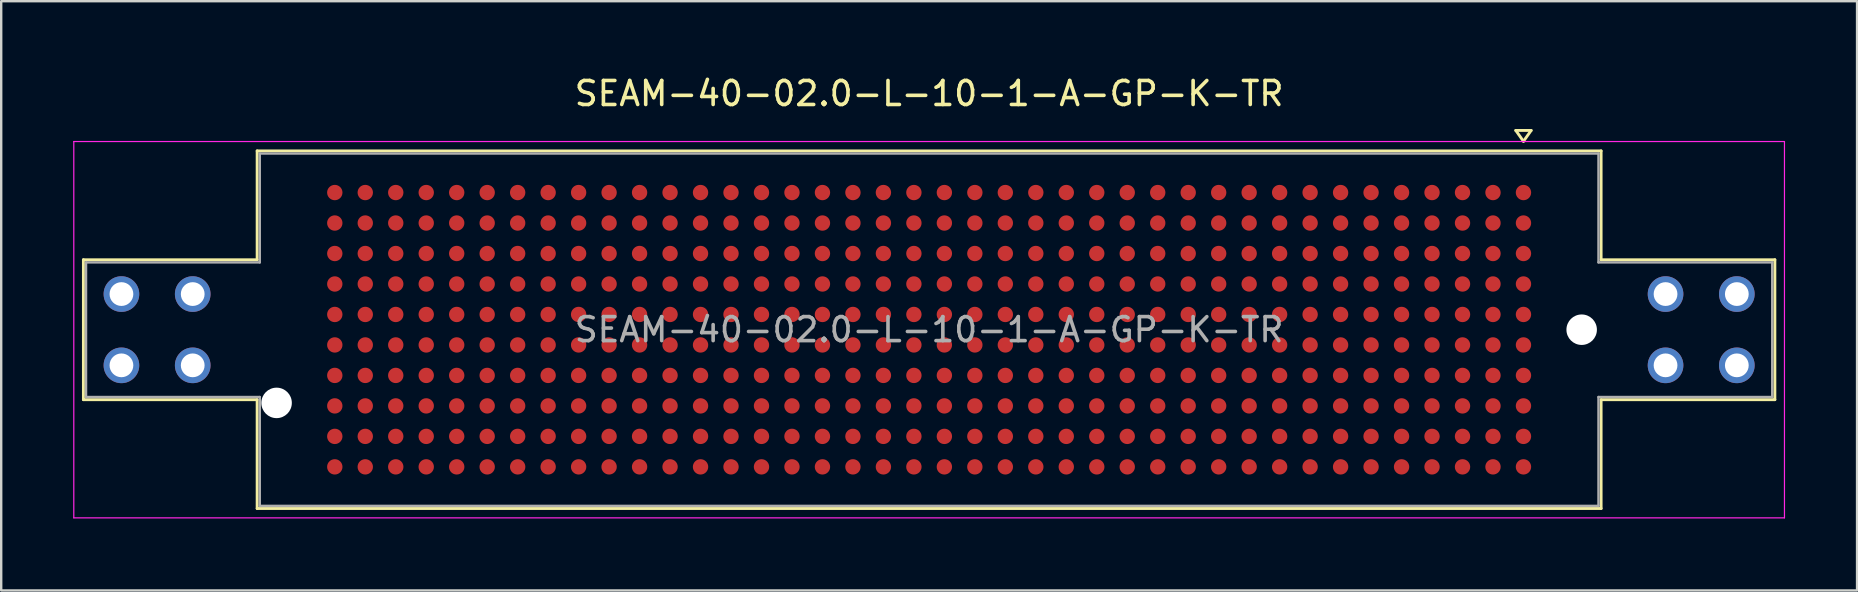
<source format=kicad_pcb>
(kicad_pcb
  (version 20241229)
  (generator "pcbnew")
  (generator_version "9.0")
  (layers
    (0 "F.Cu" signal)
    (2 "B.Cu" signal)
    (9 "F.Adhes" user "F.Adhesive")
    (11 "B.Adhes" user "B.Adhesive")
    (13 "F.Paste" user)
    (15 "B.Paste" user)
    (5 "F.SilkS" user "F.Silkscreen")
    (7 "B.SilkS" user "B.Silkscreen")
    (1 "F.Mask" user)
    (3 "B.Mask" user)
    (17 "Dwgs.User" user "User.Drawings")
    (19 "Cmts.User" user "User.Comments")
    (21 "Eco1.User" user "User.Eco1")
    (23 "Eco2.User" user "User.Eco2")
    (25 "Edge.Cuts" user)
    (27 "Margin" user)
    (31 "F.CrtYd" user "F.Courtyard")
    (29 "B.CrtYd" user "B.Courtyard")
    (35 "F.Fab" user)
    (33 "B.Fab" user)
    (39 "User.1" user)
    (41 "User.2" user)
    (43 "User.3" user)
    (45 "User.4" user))
  (footprint "SEAM-40-02.0-L-10-1-A-GP-K-TR"
    (layer "F.Cu")
    (at 35.665 10.688)
    (property "Reference" "SEAM-40-02.0-L-10-1-A-GP-K-TR" (at 0 -9.84 0) (layer "F.SilkS") (effects (font (size 1 1) (thickness 0.15))))
    (attr smd)
    (fp_line (start -35.24 -2.915) (end -28 -2.915) (stroke (width 0.12) (type solid)) (layer "F.SilkS"))
    (fp_line (start -35.24 2.915) (end -35.24 -2.915) (stroke (width 0.12) (type solid)) (layer "F.SilkS"))
    (fp_line (start -28 -7.45) (end 28 -7.45) (stroke (width 0.12) (type solid)) (layer "F.SilkS"))
    (fp_line (start -28 -2.915) (end -28 -7.45) (stroke (width 0.12) (type solid)) (layer "F.SilkS"))
    (fp_line (start -28 2.915) (end -35.24 2.915) (stroke (width 0.12) (type solid)) (layer "F.SilkS"))
    (fp_line (start -28 7.45) (end -28 2.915) (stroke (width 0.12) (type solid)) (layer "F.SilkS"))
    (fp_line (start 24.445 -8.303) (end 25.085 -8.303) (stroke (width 0.12) (type solid)) (layer "F.SilkS"))
    (fp_line (start 24.765 -7.85) (end 24.445 -8.303) (stroke (width 0.12) (type solid)) (layer "F.SilkS"))
    (fp_line (start 25.085 -8.303) (end 24.765 -7.85) (stroke (width 0.12) (type solid)) (layer "F.SilkS"))
    (fp_line (start 28 -7.45) (end 28 -2.915) (stroke (width 0.12) (type solid)) (layer "F.SilkS"))
    (fp_line (start 28 -2.915) (end 35.24 -2.915) (stroke (width 0.12) (type solid)) (layer "F.SilkS"))
    (fp_line (start 28 2.915) (end 28 7.45) (stroke (width 0.12) (type solid)) (layer "F.SilkS"))
    (fp_line (start 28 7.45) (end -28 7.45) (stroke (width 0.12) (type solid)) (layer "F.SilkS"))
    (fp_line (start 35.24 -2.915) (end 35.24 2.915) (stroke (width 0.12) (type solid)) (layer "F.SilkS"))
    (fp_line (start 35.24 2.915) (end 28 2.915) (stroke (width 0.12) (type solid)) (layer "F.SilkS"))
    (fp_poly (pts (xy -34.8 -2.63) (xy -32.51 -2.63) (xy -32.51 -0.34) (xy -34.8 -0.34)) (stroke (width 0) (type solid)) (fill yes) (layer "F.Paste"))
    (fp_poly (pts (xy -34.8 0.34) (xy -32.51 0.34) (xy -32.51 2.63) (xy -34.8 2.63)) (stroke (width 0) (type solid)) (fill yes) (layer "F.Paste"))
    (fp_poly (pts (xy -31.83 -2.63) (xy -29.54 -2.63) (xy -29.54 -0.34) (xy -31.83 -0.34)) (stroke (width 0) (type solid)) (fill yes) (layer "F.Paste"))
    (fp_poly (pts (xy -31.83 0.34) (xy -29.54 0.34) (xy -29.54 2.63) (xy -31.83 2.63)) (stroke (width 0) (type solid)) (fill yes) (layer "F.Paste"))
    (fp_poly (pts (xy 29.54 -2.63) (xy 31.83 -2.63) (xy 31.83 -0.34) (xy 29.54 -0.34)) (stroke (width 0) (type solid)) (fill yes) (layer "F.Paste"))
    (fp_poly (pts (xy 29.54 0.34) (xy 31.83 0.34) (xy 31.83 2.63) (xy 29.54 2.63)) (stroke (width 0) (type solid)) (fill yes) (layer "F.Paste"))
    (fp_poly (pts (xy 32.51 -2.63) (xy 34.8 -2.63) (xy 34.8 -0.34) (xy 32.51 -0.34)) (stroke (width 0) (type solid)) (fill yes) (layer "F.Paste"))
    (fp_poly (pts (xy 32.51 0.34) (xy 34.8 0.34) (xy 34.8 2.63) (xy 32.51 2.63)) (stroke (width 0) (type solid)) (fill yes) (layer "F.Paste"))
    (fp_line (start -35.64 -7.84) (end -35.64 7.84) (stroke (width 0.05) (type solid)) (layer "F.CrtYd"))
    (fp_line (start -35.64 7.84) (end 35.64 7.84) (stroke (width 0.05) (type solid)) (layer "F.CrtYd"))
    (fp_line (start 35.64 -7.84) (end -35.64 -7.84) (stroke (width 0.05) (type solid)) (layer "F.CrtYd"))
    (fp_line (start 35.64 7.84) (end 35.64 -7.84) (stroke (width 0.05) (type solid)) (layer "F.CrtYd"))
    (fp_line (start -35.13 -2.805) (end -27.89 -2.805) (stroke (width 0.1) (type solid)) (layer "F.Fab"))
    (fp_line (start -35.13 2.805) (end -35.13 -2.805) (stroke (width 0.1) (type solid)) (layer "F.Fab"))
    (fp_line (start -27.89 -7.34) (end 27.89 -7.34) (stroke (width 0.1) (type solid)) (layer "F.Fab"))
    (fp_line (start -27.89 -2.805) (end -27.89 -7.34) (stroke (width 0.1) (type solid)) (layer "F.Fab"))
    (fp_line (start -27.89 2.805) (end -35.13 2.805) (stroke (width 0.1) (type solid)) (layer "F.Fab"))
    (fp_line (start -27.89 7.34) (end -27.89 2.805) (stroke (width 0.1) (type solid)) (layer "F.Fab"))
    (fp_line (start 27.89 -7.34) (end 27.89 -2.805) (stroke (width 0.1) (type solid)) (layer "F.Fab"))
    (fp_line (start 27.89 -2.805) (end 35.13 -2.805) (stroke (width 0.1) (type solid)) (layer "F.Fab"))
    (fp_line (start 27.89 2.805) (end 27.89 7.34) (stroke (width 0.1) (type solid)) (layer "F.Fab"))
    (fp_line (start 27.89 7.34) (end -27.89 7.34) (stroke (width 0.1) (type solid)) (layer "F.Fab"))
    (fp_line (start 35.13 -2.805) (end 35.13 2.805) (stroke (width 0.1) (type solid)) (layer "F.Fab"))
    (fp_line (start 35.13 2.805) (end 27.89 2.805) (stroke (width 0.1) (type solid)) (layer "F.Fab"))
    (fp_text user "${REFERENCE}" (at 0 0 0) (layer "F.Fab") (effects (font (size 1 1) (thickness 0.15))))
    (pad "" thru_hole circle (at -33.655 -1.485) (size 1.485 1.485) (drill 0.99) (layers "*.Cu" "*.Mask"))
    (pad "" thru_hole circle (at -33.655 1.485) (size 1.485 1.485) (drill 0.99) (layers "*.Cu" "*.Mask"))
    (pad "" thru_hole circle (at -30.685 -1.485) (size 1.485 1.485) (drill 0.99) (layers "*.Cu" "*.Mask"))
    (pad "" thru_hole circle (at -30.685 1.485) (size 1.485 1.485) (drill 0.99) (layers "*.Cu" "*.Mask"))
    (pad "" np_thru_hole circle (at -27.19 3.05) (size 1.27 1.27) (drill 1.27) (layers "*.Cu" "*.Mask"))
    (pad "" np_thru_hole circle (at 27.19 0) (size 1.27 1.27) (drill 1.27) (layers "*.Cu" "*.Mask"))
    (pad "" thru_hole circle (at 30.685 -1.485) (size 1.485 1.485) (drill 0.99) (layers "*.Cu" "*.Mask"))
    (pad "" thru_hole circle (at 30.685 1.485) (size 1.485 1.485) (drill 0.99) (layers "*.Cu" "*.Mask"))
    (pad "" thru_hole circle (at 33.655 -1.485) (size 1.485 1.485) (drill 0.99) (layers "*.Cu" "*.Mask"))
    (pad "" thru_hole circle (at 33.655 1.485) (size 1.485 1.485) (drill 0.99) (layers "*.Cu" "*.Mask"))
    (pad "A1" smd circle (at 24.765 -5.715) (size 0.64 0.64) (layers "F.Cu" "F.Mask" "F.Paste"))
    (pad "A2" smd circle (at 23.495 -5.715) (size 0.64 0.64) (layers "F.Cu" "F.Mask" "F.Paste"))
    (pad "A3" smd circle (at 22.225 -5.715) (size 0.64 0.64) (layers "F.Cu" "F.Mask" "F.Paste"))
    (pad "A4" smd circle (at 20.955 -5.715) (size 0.64 0.64) (layers "F.Cu" "F.Mask" "F.Paste"))
    (pad "A5" smd circle (at 19.685 -5.715) (size 0.64 0.64) (layers "F.Cu" "F.Mask" "F.Paste"))
    (pad "A6" smd circle (at 18.415 -5.715) (size 0.64 0.64) (layers "F.Cu" "F.Mask" "F.Paste"))
    (pad "A7" smd circle (at 17.145 -5.715) (size 0.64 0.64) (layers "F.Cu" "F.Mask" "F.Paste"))
    (pad "A8" smd circle (at 15.875 -5.715) (size 0.64 0.64) (layers "F.Cu" "F.Mask" "F.Paste"))
    (pad "A9" smd circle (at 14.605 -5.715) (size 0.64 0.64) (layers "F.Cu" "F.Mask" "F.Paste"))
    (pad "A10" smd circle (at 13.335 -5.715) (size 0.64 0.64) (layers "F.Cu" "F.Mask" "F.Paste"))
    (pad "A11" smd circle (at 12.065 -5.715) (size 0.64 0.64) (layers "F.Cu" "F.Mask" "F.Paste"))
    (pad "A12" smd circle (at 10.795 -5.715) (size 0.64 0.64) (layers "F.Cu" "F.Mask" "F.Paste"))
    (pad "A13" smd circle (at 9.525 -5.715) (size 0.64 0.64) (layers "F.Cu" "F.Mask" "F.Paste"))
    (pad "A14" smd circle (at 8.255 -5.715) (size 0.64 0.64) (layers "F.Cu" "F.Mask" "F.Paste"))
    (pad "A15" smd circle (at 6.985 -5.715) (size 0.64 0.64) (layers "F.Cu" "F.Mask" "F.Paste"))
    (pad "A16" smd circle (at 5.715 -5.715) (size 0.64 0.64) (layers "F.Cu" "F.Mask" "F.Paste"))
    (pad "A17" smd circle (at 4.445 -5.715) (size 0.64 0.64) (layers "F.Cu" "F.Mask" "F.Paste"))
    (pad "A18" smd circle (at 3.175 -5.715) (size 0.64 0.64) (layers "F.Cu" "F.Mask" "F.Paste"))
    (pad "A19" smd circle (at 1.905 -5.715) (size 0.64 0.64) (layers "F.Cu" "F.Mask" "F.Paste"))
    (pad "A20" smd circle (at 0.635 -5.715) (size 0.64 0.64) (layers "F.Cu" "F.Mask" "F.Paste"))
    (pad "A21" smd circle (at -0.635 -5.715) (size 0.64 0.64) (layers "F.Cu" "F.Mask" "F.Paste"))
    (pad "A22" smd circle (at -1.905 -5.715) (size 0.64 0.64) (layers "F.Cu" "F.Mask" "F.Paste"))
    (pad "A23" smd circle (at -3.175 -5.715) (size 0.64 0.64) (layers "F.Cu" "F.Mask" "F.Paste"))
    (pad "A24" smd circle (at -4.445 -5.715) (size 0.64 0.64) (layers "F.Cu" "F.Mask" "F.Paste"))
    (pad "A25" smd circle (at -5.715 -5.715) (size 0.64 0.64) (layers "F.Cu" "F.Mask" "F.Paste"))
    (pad "A26" smd circle (at -6.985 -5.715) (size 0.64 0.64) (layers "F.Cu" "F.Mask" "F.Paste"))
    (pad "A27" smd circle (at -8.255 -5.715) (size 0.64 0.64) (layers "F.Cu" "F.Mask" "F.Paste"))
    (pad "A28" smd circle (at -9.525 -5.715) (size 0.64 0.64) (layers "F.Cu" "F.Mask" "F.Paste"))
    (pad "A29" smd circle (at -10.795 -5.715) (size 0.64 0.64) (layers "F.Cu" "F.Mask" "F.Paste"))
    (pad "A30" smd circle (at -12.065 -5.715) (size 0.64 0.64) (layers "F.Cu" "F.Mask" "F.Paste"))
    (pad "A31" smd circle (at -13.335 -5.715) (size 0.64 0.64) (layers "F.Cu" "F.Mask" "F.Paste"))
    (pad "A32" smd circle (at -14.605 -5.715) (size 0.64 0.64) (layers "F.Cu" "F.Mask" "F.Paste"))
    (pad "A33" smd circle (at -15.875 -5.715) (size 0.64 0.64) (layers "F.Cu" "F.Mask" "F.Paste"))
    (pad "A34" smd circle (at -17.145 -5.715) (size 0.64 0.64) (layers "F.Cu" "F.Mask" "F.Paste"))
    (pad "A35" smd circle (at -18.415 -5.715) (size 0.64 0.64) (layers "F.Cu" "F.Mask" "F.Paste"))
    (pad "A36" smd circle (at -19.685 -5.715) (size 0.64 0.64) (layers "F.Cu" "F.Mask" "F.Paste"))
    (pad "A37" smd circle (at -20.955 -5.715) (size 0.64 0.64) (layers "F.Cu" "F.Mask" "F.Paste"))
    (pad "A38" smd circle (at -22.225 -5.715) (size 0.64 0.64) (layers "F.Cu" "F.Mask" "F.Paste"))
    (pad "A39" smd circle (at -23.495 -5.715) (size 0.64 0.64) (layers "F.Cu" "F.Mask" "F.Paste"))
    (pad "A40" smd circle (at -24.765 -5.715) (size 0.64 0.64) (layers "F.Cu" "F.Mask" "F.Paste"))
    (pad "B1" smd circle (at 24.765 -4.445) (size 0.64 0.64) (layers "F.Cu" "F.Mask" "F.Paste"))
    (pad "B2" smd circle (at 23.495 -4.445) (size 0.64 0.64) (layers "F.Cu" "F.Mask" "F.Paste"))
    (pad "B3" smd circle (at 22.225 -4.445) (size 0.64 0.64) (layers "F.Cu" "F.Mask" "F.Paste"))
    (pad "B4" smd circle (at 20.955 -4.445) (size 0.64 0.64) (layers "F.Cu" "F.Mask" "F.Paste"))
    (pad "B5" smd circle (at 19.685 -4.445) (size 0.64 0.64) (layers "F.Cu" "F.Mask" "F.Paste"))
    (pad "B6" smd circle (at 18.415 -4.445) (size 0.64 0.64) (layers "F.Cu" "F.Mask" "F.Paste"))
    (pad "B7" smd circle (at 17.145 -4.445) (size 0.64 0.64) (layers "F.Cu" "F.Mask" "F.Paste"))
    (pad "B8" smd circle (at 15.875 -4.445) (size 0.64 0.64) (layers "F.Cu" "F.Mask" "F.Paste"))
    (pad "B9" smd circle (at 14.605 -4.445) (size 0.64 0.64) (layers "F.Cu" "F.Mask" "F.Paste"))
    (pad "B10" smd circle (at 13.335 -4.445) (size 0.64 0.64) (layers "F.Cu" "F.Mask" "F.Paste"))
    (pad "B11" smd circle (at 12.065 -4.445) (size 0.64 0.64) (layers "F.Cu" "F.Mask" "F.Paste"))
    (pad "B12" smd circle (at 10.795 -4.445) (size 0.64 0.64) (layers "F.Cu" "F.Mask" "F.Paste"))
    (pad "B13" smd circle (at 9.525 -4.445) (size 0.64 0.64) (layers "F.Cu" "F.Mask" "F.Paste"))
    (pad "B14" smd circle (at 8.255 -4.445) (size 0.64 0.64) (layers "F.Cu" "F.Mask" "F.Paste"))
    (pad "B15" smd circle (at 6.985 -4.445) (size 0.64 0.64) (layers "F.Cu" "F.Mask" "F.Paste"))
    (pad "B16" smd circle (at 5.715 -4.445) (size 0.64 0.64) (layers "F.Cu" "F.Mask" "F.Paste"))
    (pad "B17" smd circle (at 4.445 -4.445) (size 0.64 0.64) (layers "F.Cu" "F.Mask" "F.Paste"))
    (pad "B18" smd circle (at 3.175 -4.445) (size 0.64 0.64) (layers "F.Cu" "F.Mask" "F.Paste"))
    (pad "B19" smd circle (at 1.905 -4.445) (size 0.64 0.64) (layers "F.Cu" "F.Mask" "F.Paste"))
    (pad "B20" smd circle (at 0.635 -4.445) (size 0.64 0.64) (layers "F.Cu" "F.Mask" "F.Paste"))
    (pad "B21" smd circle (at -0.635 -4.445) (size 0.64 0.64) (layers "F.Cu" "F.Mask" "F.Paste"))
    (pad "B22" smd circle (at -1.905 -4.445) (size 0.64 0.64) (layers "F.Cu" "F.Mask" "F.Paste"))
    (pad "B23" smd circle (at -3.175 -4.445) (size 0.64 0.64) (layers "F.Cu" "F.Mask" "F.Paste"))
    (pad "B24" smd circle (at -4.445 -4.445) (size 0.64 0.64) (layers "F.Cu" "F.Mask" "F.Paste"))
    (pad "B25" smd circle (at -5.715 -4.445) (size 0.64 0.64) (layers "F.Cu" "F.Mask" "F.Paste"))
    (pad "B26" smd circle (at -6.985 -4.445) (size 0.64 0.64) (layers "F.Cu" "F.Mask" "F.Paste"))
    (pad "B27" smd circle (at -8.255 -4.445) (size 0.64 0.64) (layers "F.Cu" "F.Mask" "F.Paste"))
    (pad "B28" smd circle (at -9.525 -4.445) (size 0.64 0.64) (layers "F.Cu" "F.Mask" "F.Paste"))
    (pad "B29" smd circle (at -10.795 -4.445) (size 0.64 0.64) (layers "F.Cu" "F.Mask" "F.Paste"))
    (pad "B30" smd circle (at -12.065 -4.445) (size 0.64 0.64) (layers "F.Cu" "F.Mask" "F.Paste"))
    (pad "B31" smd circle (at -13.335 -4.445) (size 0.64 0.64) (layers "F.Cu" "F.Mask" "F.Paste"))
    (pad "B32" smd circle (at -14.605 -4.445) (size 0.64 0.64) (layers "F.Cu" "F.Mask" "F.Paste"))
    (pad "B33" smd circle (at -15.875 -4.445) (size 0.64 0.64) (layers "F.Cu" "F.Mask" "F.Paste"))
    (pad "B34" smd circle (at -17.145 -4.445) (size 0.64 0.64) (layers "F.Cu" "F.Mask" "F.Paste"))
    (pad "B35" smd circle (at -18.415 -4.445) (size 0.64 0.64) (layers "F.Cu" "F.Mask" "F.Paste"))
    (pad "B36" smd circle (at -19.685 -4.445) (size 0.64 0.64) (layers "F.Cu" "F.Mask" "F.Paste"))
    (pad "B37" smd circle (at -20.955 -4.445) (size 0.64 0.64) (layers "F.Cu" "F.Mask" "F.Paste"))
    (pad "B38" smd circle (at -22.225 -4.445) (size 0.64 0.64) (layers "F.Cu" "F.Mask" "F.Paste"))
    (pad "B39" smd circle (at -23.495 -4.445) (size 0.64 0.64) (layers "F.Cu" "F.Mask" "F.Paste"))
    (pad "B40" smd circle (at -24.765 -4.445) (size 0.64 0.64) (layers "F.Cu" "F.Mask" "F.Paste"))
    (pad "C1" smd circle (at 24.765 -3.175) (size 0.64 0.64) (layers "F.Cu" "F.Mask" "F.Paste"))
    (pad "C2" smd circle (at 23.495 -3.175) (size 0.64 0.64) (layers "F.Cu" "F.Mask" "F.Paste"))
    (pad "C3" smd circle (at 22.225 -3.175) (size 0.64 0.64) (layers "F.Cu" "F.Mask" "F.Paste"))
    (pad "C4" smd circle (at 20.955 -3.175) (size 0.64 0.64) (layers "F.Cu" "F.Mask" "F.Paste"))
    (pad "C5" smd circle (at 19.685 -3.175) (size 0.64 0.64) (layers "F.Cu" "F.Mask" "F.Paste"))
    (pad "C6" smd circle (at 18.415 -3.175) (size 0.64 0.64) (layers "F.Cu" "F.Mask" "F.Paste"))
    (pad "C7" smd circle (at 17.145 -3.175) (size 0.64 0.64) (layers "F.Cu" "F.Mask" "F.Paste"))
    (pad "C8" smd circle (at 15.875 -3.175) (size 0.64 0.64) (layers "F.Cu" "F.Mask" "F.Paste"))
    (pad "C9" smd circle (at 14.605 -3.175) (size 0.64 0.64) (layers "F.Cu" "F.Mask" "F.Paste"))
    (pad "C10" smd circle (at 13.335 -3.175) (size 0.64 0.64) (layers "F.Cu" "F.Mask" "F.Paste"))
    (pad "C11" smd circle (at 12.065 -3.175) (size 0.64 0.64) (layers "F.Cu" "F.Mask" "F.Paste"))
    (pad "C12" smd circle (at 10.795 -3.175) (size 0.64 0.64) (layers "F.Cu" "F.Mask" "F.Paste"))
    (pad "C13" smd circle (at 9.525 -3.175) (size 0.64 0.64) (layers "F.Cu" "F.Mask" "F.Paste"))
    (pad "C14" smd circle (at 8.255 -3.175) (size 0.64 0.64) (layers "F.Cu" "F.Mask" "F.Paste"))
    (pad "C15" smd circle (at 6.985 -3.175) (size 0.64 0.64) (layers "F.Cu" "F.Mask" "F.Paste"))
    (pad "C16" smd circle (at 5.715 -3.175) (size 0.64 0.64) (layers "F.Cu" "F.Mask" "F.Paste"))
    (pad "C17" smd circle (at 4.445 -3.175) (size 0.64 0.64) (layers "F.Cu" "F.Mask" "F.Paste"))
    (pad "C18" smd circle (at 3.175 -3.175) (size 0.64 0.64) (layers "F.Cu" "F.Mask" "F.Paste"))
    (pad "C19" smd circle (at 1.905 -3.175) (size 0.64 0.64) (layers "F.Cu" "F.Mask" "F.Paste"))
    (pad "C20" smd circle (at 0.635 -3.175) (size 0.64 0.64) (layers "F.Cu" "F.Mask" "F.Paste"))
    (pad "C21" smd circle (at -0.635 -3.175) (size 0.64 0.64) (layers "F.Cu" "F.Mask" "F.Paste"))
    (pad "C22" smd circle (at -1.905 -3.175) (size 0.64 0.64) (layers "F.Cu" "F.Mask" "F.Paste"))
    (pad "C23" smd circle (at -3.175 -3.175) (size 0.64 0.64) (layers "F.Cu" "F.Mask" "F.Paste"))
    (pad "C24" smd circle (at -4.445 -3.175) (size 0.64 0.64) (layers "F.Cu" "F.Mask" "F.Paste"))
    (pad "C25" smd circle (at -5.715 -3.175) (size 0.64 0.64) (layers "F.Cu" "F.Mask" "F.Paste"))
    (pad "C26" smd circle (at -6.985 -3.175) (size 0.64 0.64) (layers "F.Cu" "F.Mask" "F.Paste"))
    (pad "C27" smd circle (at -8.255 -3.175) (size 0.64 0.64) (layers "F.Cu" "F.Mask" "F.Paste"))
    (pad "C28" smd circle (at -9.525 -3.175) (size 0.64 0.64) (layers "F.Cu" "F.Mask" "F.Paste"))
    (pad "C29" smd circle (at -10.795 -3.175) (size 0.64 0.64) (layers "F.Cu" "F.Mask" "F.Paste"))
    (pad "C30" smd circle (at -12.065 -3.175) (size 0.64 0.64) (layers "F.Cu" "F.Mask" "F.Paste"))
    (pad "C31" smd circle (at -13.335 -3.175) (size 0.64 0.64) (layers "F.Cu" "F.Mask" "F.Paste"))
    (pad "C32" smd circle (at -14.605 -3.175) (size 0.64 0.64) (layers "F.Cu" "F.Mask" "F.Paste"))
    (pad "C33" smd circle (at -15.875 -3.175) (size 0.64 0.64) (layers "F.Cu" "F.Mask" "F.Paste"))
    (pad "C34" smd circle (at -17.145 -3.175) (size 0.64 0.64) (layers "F.Cu" "F.Mask" "F.Paste"))
    (pad "C35" smd circle (at -18.415 -3.175) (size 0.64 0.64) (layers "F.Cu" "F.Mask" "F.Paste"))
    (pad "C36" smd circle (at -19.685 -3.175) (size 0.64 0.64) (layers "F.Cu" "F.Mask" "F.Paste"))
    (pad "C37" smd circle (at -20.955 -3.175) (size 0.64 0.64) (layers "F.Cu" "F.Mask" "F.Paste"))
    (pad "C38" smd circle (at -22.225 -3.175) (size 0.64 0.64) (layers "F.Cu" "F.Mask" "F.Paste"))
    (pad "C39" smd circle (at -23.495 -3.175) (size 0.64 0.64) (layers "F.Cu" "F.Mask" "F.Paste"))
    (pad "C40" smd circle (at -24.765 -3.175) (size 0.64 0.64) (layers "F.Cu" "F.Mask" "F.Paste"))
    (pad "D1" smd circle (at 24.765 -1.905) (size 0.64 0.64) (layers "F.Cu" "F.Mask" "F.Paste"))
    (pad "D2" smd circle (at 23.495 -1.905) (size 0.64 0.64) (layers "F.Cu" "F.Mask" "F.Paste"))
    (pad "D3" smd circle (at 22.225 -1.905) (size 0.64 0.64) (layers "F.Cu" "F.Mask" "F.Paste"))
    (pad "D4" smd circle (at 20.955 -1.905) (size 0.64 0.64) (layers "F.Cu" "F.Mask" "F.Paste"))
    (pad "D5" smd circle (at 19.685 -1.905) (size 0.64 0.64) (layers "F.Cu" "F.Mask" "F.Paste"))
    (pad "D6" smd circle (at 18.415 -1.905) (size 0.64 0.64) (layers "F.Cu" "F.Mask" "F.Paste"))
    (pad "D7" smd circle (at 17.145 -1.905) (size 0.64 0.64) (layers "F.Cu" "F.Mask" "F.Paste"))
    (pad "D8" smd circle (at 15.875 -1.905) (size 0.64 0.64) (layers "F.Cu" "F.Mask" "F.Paste"))
    (pad "D9" smd circle (at 14.605 -1.905) (size 0.64 0.64) (layers "F.Cu" "F.Mask" "F.Paste"))
    (pad "D10" smd circle (at 13.335 -1.905) (size 0.64 0.64) (layers "F.Cu" "F.Mask" "F.Paste"))
    (pad "D11" smd circle (at 12.065 -1.905) (size 0.64 0.64) (layers "F.Cu" "F.Mask" "F.Paste"))
    (pad "D12" smd circle (at 10.795 -1.905) (size 0.64 0.64) (layers "F.Cu" "F.Mask" "F.Paste"))
    (pad "D13" smd circle (at 9.525 -1.905) (size 0.64 0.64) (layers "F.Cu" "F.Mask" "F.Paste"))
    (pad "D14" smd circle (at 8.255 -1.905) (size 0.64 0.64) (layers "F.Cu" "F.Mask" "F.Paste"))
    (pad "D15" smd circle (at 6.985 -1.905) (size 0.64 0.64) (layers "F.Cu" "F.Mask" "F.Paste"))
    (pad "D16" smd circle (at 5.715 -1.905) (size 0.64 0.64) (layers "F.Cu" "F.Mask" "F.Paste"))
    (pad "D17" smd circle (at 4.445 -1.905) (size 0.64 0.64) (layers "F.Cu" "F.Mask" "F.Paste"))
    (pad "D18" smd circle (at 3.175 -1.905) (size 0.64 0.64) (layers "F.Cu" "F.Mask" "F.Paste"))
    (pad "D19" smd circle (at 1.905 -1.905) (size 0.64 0.64) (layers "F.Cu" "F.Mask" "F.Paste"))
    (pad "D20" smd circle (at 0.635 -1.905) (size 0.64 0.64) (layers "F.Cu" "F.Mask" "F.Paste"))
    (pad "D21" smd circle (at -0.635 -1.905) (size 0.64 0.64) (layers "F.Cu" "F.Mask" "F.Paste"))
    (pad "D22" smd circle (at -1.905 -1.905) (size 0.64 0.64) (layers "F.Cu" "F.Mask" "F.Paste"))
    (pad "D23" smd circle (at -3.175 -1.905) (size 0.64 0.64) (layers "F.Cu" "F.Mask" "F.Paste"))
    (pad "D24" smd circle (at -4.445 -1.905) (size 0.64 0.64) (layers "F.Cu" "F.Mask" "F.Paste"))
    (pad "D25" smd circle (at -5.715 -1.905) (size 0.64 0.64) (layers "F.Cu" "F.Mask" "F.Paste"))
    (pad "D26" smd circle (at -6.985 -1.905) (size 0.64 0.64) (layers "F.Cu" "F.Mask" "F.Paste"))
    (pad "D27" smd circle (at -8.255 -1.905) (size 0.64 0.64) (layers "F.Cu" "F.Mask" "F.Paste"))
    (pad "D28" smd circle (at -9.525 -1.905) (size 0.64 0.64) (layers "F.Cu" "F.Mask" "F.Paste"))
    (pad "D29" smd circle (at -10.795 -1.905) (size 0.64 0.64) (layers "F.Cu" "F.Mask" "F.Paste"))
    (pad "D30" smd circle (at -12.065 -1.905) (size 0.64 0.64) (layers "F.Cu" "F.Mask" "F.Paste"))
    (pad "D31" smd circle (at -13.335 -1.905) (size 0.64 0.64) (layers "F.Cu" "F.Mask" "F.Paste"))
    (pad "D32" smd circle (at -14.605 -1.905) (size 0.64 0.64) (layers "F.Cu" "F.Mask" "F.Paste"))
    (pad "D33" smd circle (at -15.875 -1.905) (size 0.64 0.64) (layers "F.Cu" "F.Mask" "F.Paste"))
    (pad "D34" smd circle (at -17.145 -1.905) (size 0.64 0.64) (layers "F.Cu" "F.Mask" "F.Paste"))
    (pad "D35" smd circle (at -18.415 -1.905) (size 0.64 0.64) (layers "F.Cu" "F.Mask" "F.Paste"))
    (pad "D36" smd circle (at -19.685 -1.905) (size 0.64 0.64) (layers "F.Cu" "F.Mask" "F.Paste"))
    (pad "D37" smd circle (at -20.955 -1.905) (size 0.64 0.64) (layers "F.Cu" "F.Mask" "F.Paste"))
    (pad "D38" smd circle (at -22.225 -1.905) (size 0.64 0.64) (layers "F.Cu" "F.Mask" "F.Paste"))
    (pad "D39" smd circle (at -23.495 -1.905) (size 0.64 0.64) (layers "F.Cu" "F.Mask" "F.Paste"))
    (pad "D40" smd circle (at -24.765 -1.905) (size 0.64 0.64) (layers "F.Cu" "F.Mask" "F.Paste"))
    (pad "E1" smd circle (at 24.765 -0.635) (size 0.64 0.64) (layers "F.Cu" "F.Mask" "F.Paste"))
    (pad "E2" smd circle (at 23.495 -0.635) (size 0.64 0.64) (layers "F.Cu" "F.Mask" "F.Paste"))
    (pad "E3" smd circle (at 22.225 -0.635) (size 0.64 0.64) (layers "F.Cu" "F.Mask" "F.Paste"))
    (pad "E4" smd circle (at 20.955 -0.635) (size 0.64 0.64) (layers "F.Cu" "F.Mask" "F.Paste"))
    (pad "E5" smd circle (at 19.685 -0.635) (size 0.64 0.64) (layers "F.Cu" "F.Mask" "F.Paste"))
    (pad "E6" smd circle (at 18.415 -0.635) (size 0.64 0.64) (layers "F.Cu" "F.Mask" "F.Paste"))
    (pad "E7" smd circle (at 17.145 -0.635) (size 0.64 0.64) (layers "F.Cu" "F.Mask" "F.Paste"))
    (pad "E8" smd circle (at 15.875 -0.635) (size 0.64 0.64) (layers "F.Cu" "F.Mask" "F.Paste"))
    (pad "E9" smd circle (at 14.605 -0.635) (size 0.64 0.64) (layers "F.Cu" "F.Mask" "F.Paste"))
    (pad "E10" smd circle (at 13.335 -0.635) (size 0.64 0.64) (layers "F.Cu" "F.Mask" "F.Paste"))
    (pad "E11" smd circle (at 12.065 -0.635) (size 0.64 0.64) (layers "F.Cu" "F.Mask" "F.Paste"))
    (pad "E12" smd circle (at 10.795 -0.635) (size 0.64 0.64) (layers "F.Cu" "F.Mask" "F.Paste"))
    (pad "E13" smd circle (at 9.525 -0.635) (size 0.64 0.64) (layers "F.Cu" "F.Mask" "F.Paste"))
    (pad "E14" smd circle (at 8.255 -0.635) (size 0.64 0.64) (layers "F.Cu" "F.Mask" "F.Paste"))
    (pad "E15" smd circle (at 6.985 -0.635) (size 0.64 0.64) (layers "F.Cu" "F.Mask" "F.Paste"))
    (pad "E16" smd circle (at 5.715 -0.635) (size 0.64 0.64) (layers "F.Cu" "F.Mask" "F.Paste"))
    (pad "E17" smd circle (at 4.445 -0.635) (size 0.64 0.64) (layers "F.Cu" "F.Mask" "F.Paste"))
    (pad "E18" smd circle (at 3.175 -0.635) (size 0.64 0.64) (layers "F.Cu" "F.Mask" "F.Paste"))
    (pad "E19" smd circle (at 1.905 -0.635) (size 0.64 0.64) (layers "F.Cu" "F.Mask" "F.Paste"))
    (pad "E20" smd circle (at 0.635 -0.635) (size 0.64 0.64) (layers "F.Cu" "F.Mask" "F.Paste"))
    (pad "E21" smd circle (at -0.635 -0.635) (size 0.64 0.64) (layers "F.Cu" "F.Mask" "F.Paste"))
    (pad "E22" smd circle (at -1.905 -0.635) (size 0.64 0.64) (layers "F.Cu" "F.Mask" "F.Paste"))
    (pad "E23" smd circle (at -3.175 -0.635) (size 0.64 0.64) (layers "F.Cu" "F.Mask" "F.Paste"))
    (pad "E24" smd circle (at -4.445 -0.635) (size 0.64 0.64) (layers "F.Cu" "F.Mask" "F.Paste"))
    (pad "E25" smd circle (at -5.715 -0.635) (size 0.64 0.64) (layers "F.Cu" "F.Mask" "F.Paste"))
    (pad "E26" smd circle (at -6.985 -0.635) (size 0.64 0.64) (layers "F.Cu" "F.Mask" "F.Paste"))
    (pad "E27" smd circle (at -8.255 -0.635) (size 0.64 0.64) (layers "F.Cu" "F.Mask" "F.Paste"))
    (pad "E28" smd circle (at -9.525 -0.635) (size 0.64 0.64) (layers "F.Cu" "F.Mask" "F.Paste"))
    (pad "E29" smd circle (at -10.795 -0.635) (size 0.64 0.64) (layers "F.Cu" "F.Mask" "F.Paste"))
    (pad "E30" smd circle (at -12.065 -0.635) (size 0.64 0.64) (layers "F.Cu" "F.Mask" "F.Paste"))
    (pad "E31" smd circle (at -13.335 -0.635) (size 0.64 0.64) (layers "F.Cu" "F.Mask" "F.Paste"))
    (pad "E32" smd circle (at -14.605 -0.635) (size 0.64 0.64) (layers "F.Cu" "F.Mask" "F.Paste"))
    (pad "E33" smd circle (at -15.875 -0.635) (size 0.64 0.64) (layers "F.Cu" "F.Mask" "F.Paste"))
    (pad "E34" smd circle (at -17.145 -0.635) (size 0.64 0.64) (layers "F.Cu" "F.Mask" "F.Paste"))
    (pad "E35" smd circle (at -18.415 -0.635) (size 0.64 0.64) (layers "F.Cu" "F.Mask" "F.Paste"))
    (pad "E36" smd circle (at -19.685 -0.635) (size 0.64 0.64) (layers "F.Cu" "F.Mask" "F.Paste"))
    (pad "E37" smd circle (at -20.955 -0.635) (size 0.64 0.64) (layers "F.Cu" "F.Mask" "F.Paste"))
    (pad "E38" smd circle (at -22.225 -0.635) (size 0.64 0.64) (layers "F.Cu" "F.Mask" "F.Paste"))
    (pad "E39" smd circle (at -23.495 -0.635) (size 0.64 0.64) (layers "F.Cu" "F.Mask" "F.Paste"))
    (pad "E40" smd circle (at -24.765 -0.635) (size 0.64 0.64) (layers "F.Cu" "F.Mask" "F.Paste"))
    (pad "F1" smd circle (at 24.765 0.635) (size 0.64 0.64) (layers "F.Cu" "F.Mask" "F.Paste"))
    (pad "F2" smd circle (at 23.495 0.635) (size 0.64 0.64) (layers "F.Cu" "F.Mask" "F.Paste"))
    (pad "F3" smd circle (at 22.225 0.635) (size 0.64 0.64) (layers "F.Cu" "F.Mask" "F.Paste"))
    (pad "F4" smd circle (at 20.955 0.635) (size 0.64 0.64) (layers "F.Cu" "F.Mask" "F.Paste"))
    (pad "F5" smd circle (at 19.685 0.635) (size 0.64 0.64) (layers "F.Cu" "F.Mask" "F.Paste"))
    (pad "F6" smd circle (at 18.415 0.635) (size 0.64 0.64) (layers "F.Cu" "F.Mask" "F.Paste"))
    (pad "F7" smd circle (at 17.145 0.635) (size 0.64 0.64) (layers "F.Cu" "F.Mask" "F.Paste"))
    (pad "F8" smd circle (at 15.875 0.635) (size 0.64 0.64) (layers "F.Cu" "F.Mask" "F.Paste"))
    (pad "F9" smd circle (at 14.605 0.635) (size 0.64 0.64) (layers "F.Cu" "F.Mask" "F.Paste"))
    (pad "F10" smd circle (at 13.335 0.635) (size 0.64 0.64) (layers "F.Cu" "F.Mask" "F.Paste"))
    (pad "F11" smd circle (at 12.065 0.635) (size 0.64 0.64) (layers "F.Cu" "F.Mask" "F.Paste"))
    (pad "F12" smd circle (at 10.795 0.635) (size 0.64 0.64) (layers "F.Cu" "F.Mask" "F.Paste"))
    (pad "F13" smd circle (at 9.525 0.635) (size 0.64 0.64) (layers "F.Cu" "F.Mask" "F.Paste"))
    (pad "F14" smd circle (at 8.255 0.635) (size 0.64 0.64) (layers "F.Cu" "F.Mask" "F.Paste"))
    (pad "F15" smd circle (at 6.985 0.635) (size 0.64 0.64) (layers "F.Cu" "F.Mask" "F.Paste"))
    (pad "F16" smd circle (at 5.715 0.635) (size 0.64 0.64) (layers "F.Cu" "F.Mask" "F.Paste"))
    (pad "F17" smd circle (at 4.445 0.635) (size 0.64 0.64) (layers "F.Cu" "F.Mask" "F.Paste"))
    (pad "F18" smd circle (at 3.175 0.635) (size 0.64 0.64) (layers "F.Cu" "F.Mask" "F.Paste"))
    (pad "F19" smd circle (at 1.905 0.635) (size 0.64 0.64) (layers "F.Cu" "F.Mask" "F.Paste"))
    (pad "F20" smd circle (at 0.635 0.635) (size 0.64 0.64) (layers "F.Cu" "F.Mask" "F.Paste"))
    (pad "F21" smd circle (at -0.635 0.635) (size 0.64 0.64) (layers "F.Cu" "F.Mask" "F.Paste"))
    (pad "F22" smd circle (at -1.905 0.635) (size 0.64 0.64) (layers "F.Cu" "F.Mask" "F.Paste"))
    (pad "F23" smd circle (at -3.175 0.635) (size 0.64 0.64) (layers "F.Cu" "F.Mask" "F.Paste"))
    (pad "F24" smd circle (at -4.445 0.635) (size 0.64 0.64) (layers "F.Cu" "F.Mask" "F.Paste"))
    (pad "F25" smd circle (at -5.715 0.635) (size 0.64 0.64) (layers "F.Cu" "F.Mask" "F.Paste"))
    (pad "F26" smd circle (at -6.985 0.635) (size 0.64 0.64) (layers "F.Cu" "F.Mask" "F.Paste"))
    (pad "F27" smd circle (at -8.255 0.635) (size 0.64 0.64) (layers "F.Cu" "F.Mask" "F.Paste"))
    (pad "F28" smd circle (at -9.525 0.635) (size 0.64 0.64) (layers "F.Cu" "F.Mask" "F.Paste"))
    (pad "F29" smd circle (at -10.795 0.635) (size 0.64 0.64) (layers "F.Cu" "F.Mask" "F.Paste"))
    (pad "F30" smd circle (at -12.065 0.635) (size 0.64 0.64) (layers "F.Cu" "F.Mask" "F.Paste"))
    (pad "F31" smd circle (at -13.335 0.635) (size 0.64 0.64) (layers "F.Cu" "F.Mask" "F.Paste"))
    (pad "F32" smd circle (at -14.605 0.635) (size 0.64 0.64) (layers "F.Cu" "F.Mask" "F.Paste"))
    (pad "F33" smd circle (at -15.875 0.635) (size 0.64 0.64) (layers "F.Cu" "F.Mask" "F.Paste"))
    (pad "F34" smd circle (at -17.145 0.635) (size 0.64 0.64) (layers "F.Cu" "F.Mask" "F.Paste"))
    (pad "F35" smd circle (at -18.415 0.635) (size 0.64 0.64) (layers "F.Cu" "F.Mask" "F.Paste"))
    (pad "F36" smd circle (at -19.685 0.635) (size 0.64 0.64) (layers "F.Cu" "F.Mask" "F.Paste"))
    (pad "F37" smd circle (at -20.955 0.635) (size 0.64 0.64) (layers "F.Cu" "F.Mask" "F.Paste"))
    (pad "F38" smd circle (at -22.225 0.635) (size 0.64 0.64) (layers "F.Cu" "F.Mask" "F.Paste"))
    (pad "F39" smd circle (at -23.495 0.635) (size 0.64 0.64) (layers "F.Cu" "F.Mask" "F.Paste"))
    (pad "F40" smd circle (at -24.765 0.635) (size 0.64 0.64) (layers "F.Cu" "F.Mask" "F.Paste"))
    (pad "G1" smd circle (at 24.765 1.905) (size 0.64 0.64) (layers "F.Cu" "F.Mask" "F.Paste"))
    (pad "G2" smd circle (at 23.495 1.905) (size 0.64 0.64) (layers "F.Cu" "F.Mask" "F.Paste"))
    (pad "G3" smd circle (at 22.225 1.905) (size 0.64 0.64) (layers "F.Cu" "F.Mask" "F.Paste"))
    (pad "G4" smd circle (at 20.955 1.905) (size 0.64 0.64) (layers "F.Cu" "F.Mask" "F.Paste"))
    (pad "G5" smd circle (at 19.685 1.905) (size 0.64 0.64) (layers "F.Cu" "F.Mask" "F.Paste"))
    (pad "G6" smd circle (at 18.415 1.905) (size 0.64 0.64) (layers "F.Cu" "F.Mask" "F.Paste"))
    (pad "G7" smd circle (at 17.145 1.905) (size 0.64 0.64) (layers "F.Cu" "F.Mask" "F.Paste"))
    (pad "G8" smd circle (at 15.875 1.905) (size 0.64 0.64) (layers "F.Cu" "F.Mask" "F.Paste"))
    (pad "G9" smd circle (at 14.605 1.905) (size 0.64 0.64) (layers "F.Cu" "F.Mask" "F.Paste"))
    (pad "G10" smd circle (at 13.335 1.905) (size 0.64 0.64) (layers "F.Cu" "F.Mask" "F.Paste"))
    (pad "G11" smd circle (at 12.065 1.905) (size 0.64 0.64) (layers "F.Cu" "F.Mask" "F.Paste"))
    (pad "G12" smd circle (at 10.795 1.905) (size 0.64 0.64) (layers "F.Cu" "F.Mask" "F.Paste"))
    (pad "G13" smd circle (at 9.525 1.905) (size 0.64 0.64) (layers "F.Cu" "F.Mask" "F.Paste"))
    (pad "G14" smd circle (at 8.255 1.905) (size 0.64 0.64) (layers "F.Cu" "F.Mask" "F.Paste"))
    (pad "G15" smd circle (at 6.985 1.905) (size 0.64 0.64) (layers "F.Cu" "F.Mask" "F.Paste"))
    (pad "G16" smd circle (at 5.715 1.905) (size 0.64 0.64) (layers "F.Cu" "F.Mask" "F.Paste"))
    (pad "G17" smd circle (at 4.445 1.905) (size 0.64 0.64) (layers "F.Cu" "F.Mask" "F.Paste"))
    (pad "G18" smd circle (at 3.175 1.905) (size 0.64 0.64) (layers "F.Cu" "F.Mask" "F.Paste"))
    (pad "G19" smd circle (at 1.905 1.905) (size 0.64 0.64) (layers "F.Cu" "F.Mask" "F.Paste"))
    (pad "G20" smd circle (at 0.635 1.905) (size 0.64 0.64) (layers "F.Cu" "F.Mask" "F.Paste"))
    (pad "G21" smd circle (at -0.635 1.905) (size 0.64 0.64) (layers "F.Cu" "F.Mask" "F.Paste"))
    (pad "G22" smd circle (at -1.905 1.905) (size 0.64 0.64) (layers "F.Cu" "F.Mask" "F.Paste"))
    (pad "G23" smd circle (at -3.175 1.905) (size 0.64 0.64) (layers "F.Cu" "F.Mask" "F.Paste"))
    (pad "G24" smd circle (at -4.445 1.905) (size 0.64 0.64) (layers "F.Cu" "F.Mask" "F.Paste"))
    (pad "G25" smd circle (at -5.715 1.905) (size 0.64 0.64) (layers "F.Cu" "F.Mask" "F.Paste"))
    (pad "G26" smd circle (at -6.985 1.905) (size 0.64 0.64) (layers "F.Cu" "F.Mask" "F.Paste"))
    (pad "G27" smd circle (at -8.255 1.905) (size 0.64 0.64) (layers "F.Cu" "F.Mask" "F.Paste"))
    (pad "G28" smd circle (at -9.525 1.905) (size 0.64 0.64) (layers "F.Cu" "F.Mask" "F.Paste"))
    (pad "G29" smd circle (at -10.795 1.905) (size 0.64 0.64) (layers "F.Cu" "F.Mask" "F.Paste"))
    (pad "G30" smd circle (at -12.065 1.905) (size 0.64 0.64) (layers "F.Cu" "F.Mask" "F.Paste"))
    (pad "G31" smd circle (at -13.335 1.905) (size 0.64 0.64) (layers "F.Cu" "F.Mask" "F.Paste"))
    (pad "G32" smd circle (at -14.605 1.905) (size 0.64 0.64) (layers "F.Cu" "F.Mask" "F.Paste"))
    (pad "G33" smd circle (at -15.875 1.905) (size 0.64 0.64) (layers "F.Cu" "F.Mask" "F.Paste"))
    (pad "G34" smd circle (at -17.145 1.905) (size 0.64 0.64) (layers "F.Cu" "F.Mask" "F.Paste"))
    (pad "G35" smd circle (at -18.415 1.905) (size 0.64 0.64) (layers "F.Cu" "F.Mask" "F.Paste"))
    (pad "G36" smd circle (at -19.685 1.905) (size 0.64 0.64) (layers "F.Cu" "F.Mask" "F.Paste"))
    (pad "G37" smd circle (at -20.955 1.905) (size 0.64 0.64) (layers "F.Cu" "F.Mask" "F.Paste"))
    (pad "G38" smd circle (at -22.225 1.905) (size 0.64 0.64) (layers "F.Cu" "F.Mask" "F.Paste"))
    (pad "G39" smd circle (at -23.495 1.905) (size 0.64 0.64) (layers "F.Cu" "F.Mask" "F.Paste"))
    (pad "G40" smd circle (at -24.765 1.905) (size 0.64 0.64) (layers "F.Cu" "F.Mask" "F.Paste"))
    (pad "H1" smd circle (at 24.765 3.175) (size 0.64 0.64) (layers "F.Cu" "F.Mask" "F.Paste"))
    (pad "H2" smd circle (at 23.495 3.175) (size 0.64 0.64) (layers "F.Cu" "F.Mask" "F.Paste"))
    (pad "H3" smd circle (at 22.225 3.175) (size 0.64 0.64) (layers "F.Cu" "F.Mask" "F.Paste"))
    (pad "H4" smd circle (at 20.955 3.175) (size 0.64 0.64) (layers "F.Cu" "F.Mask" "F.Paste"))
    (pad "H5" smd circle (at 19.685 3.175) (size 0.64 0.64) (layers "F.Cu" "F.Mask" "F.Paste"))
    (pad "H6" smd circle (at 18.415 3.175) (size 0.64 0.64) (layers "F.Cu" "F.Mask" "F.Paste"))
    (pad "H7" smd circle (at 17.145 3.175) (size 0.64 0.64) (layers "F.Cu" "F.Mask" "F.Paste"))
    (pad "H8" smd circle (at 15.875 3.175) (size 0.64 0.64) (layers "F.Cu" "F.Mask" "F.Paste"))
    (pad "H9" smd circle (at 14.605 3.175) (size 0.64 0.64) (layers "F.Cu" "F.Mask" "F.Paste"))
    (pad "H10" smd circle (at 13.335 3.175) (size 0.64 0.64) (layers "F.Cu" "F.Mask" "F.Paste"))
    (pad "H11" smd circle (at 12.065 3.175) (size 0.64 0.64) (layers "F.Cu" "F.Mask" "F.Paste"))
    (pad "H12" smd circle (at 10.795 3.175) (size 0.64 0.64) (layers "F.Cu" "F.Mask" "F.Paste"))
    (pad "H13" smd circle (at 9.525 3.175) (size 0.64 0.64) (layers "F.Cu" "F.Mask" "F.Paste"))
    (pad "H14" smd circle (at 8.255 3.175) (size 0.64 0.64) (layers "F.Cu" "F.Mask" "F.Paste"))
    (pad "H15" smd circle (at 6.985 3.175) (size 0.64 0.64) (layers "F.Cu" "F.Mask" "F.Paste"))
    (pad "H16" smd circle (at 5.715 3.175) (size 0.64 0.64) (layers "F.Cu" "F.Mask" "F.Paste"))
    (pad "H17" smd circle (at 4.445 3.175) (size 0.64 0.64) (layers "F.Cu" "F.Mask" "F.Paste"))
    (pad "H18" smd circle (at 3.175 3.175) (size 0.64 0.64) (layers "F.Cu" "F.Mask" "F.Paste"))
    (pad "H19" smd circle (at 1.905 3.175) (size 0.64 0.64) (layers "F.Cu" "F.Mask" "F.Paste"))
    (pad "H20" smd circle (at 0.635 3.175) (size 0.64 0.64) (layers "F.Cu" "F.Mask" "F.Paste"))
    (pad "H21" smd circle (at -0.635 3.175) (size 0.64 0.64) (layers "F.Cu" "F.Mask" "F.Paste"))
    (pad "H22" smd circle (at -1.905 3.175) (size 0.64 0.64) (layers "F.Cu" "F.Mask" "F.Paste"))
    (pad "H23" smd circle (at -3.175 3.175) (size 0.64 0.64) (layers "F.Cu" "F.Mask" "F.Paste"))
    (pad "H24" smd circle (at -4.445 3.175) (size 0.64 0.64) (layers "F.Cu" "F.Mask" "F.Paste"))
    (pad "H25" smd circle (at -5.715 3.175) (size 0.64 0.64) (layers "F.Cu" "F.Mask" "F.Paste"))
    (pad "H26" smd circle (at -6.985 3.175) (size 0.64 0.64) (layers "F.Cu" "F.Mask" "F.Paste"))
    (pad "H27" smd circle (at -8.255 3.175) (size 0.64 0.64) (layers "F.Cu" "F.Mask" "F.Paste"))
    (pad "H28" smd circle (at -9.525 3.175) (size 0.64 0.64) (layers "F.Cu" "F.Mask" "F.Paste"))
    (pad "H29" smd circle (at -10.795 3.175) (size 0.64 0.64) (layers "F.Cu" "F.Mask" "F.Paste"))
    (pad "H30" smd circle (at -12.065 3.175) (size 0.64 0.64) (layers "F.Cu" "F.Mask" "F.Paste"))
    (pad "H31" smd circle (at -13.335 3.175) (size 0.64 0.64) (layers "F.Cu" "F.Mask" "F.Paste"))
    (pad "H32" smd circle (at -14.605 3.175) (size 0.64 0.64) (layers "F.Cu" "F.Mask" "F.Paste"))
    (pad "H33" smd circle (at -15.875 3.175) (size 0.64 0.64) (layers "F.Cu" "F.Mask" "F.Paste"))
    (pad "H34" smd circle (at -17.145 3.175) (size 0.64 0.64) (layers "F.Cu" "F.Mask" "F.Paste"))
    (pad "H35" smd circle (at -18.415 3.175) (size 0.64 0.64) (layers "F.Cu" "F.Mask" "F.Paste"))
    (pad "H36" smd circle (at -19.685 3.175) (size 0.64 0.64) (layers "F.Cu" "F.Mask" "F.Paste"))
    (pad "H37" smd circle (at -20.955 3.175) (size 0.64 0.64) (layers "F.Cu" "F.Mask" "F.Paste"))
    (pad "H38" smd circle (at -22.225 3.175) (size 0.64 0.64) (layers "F.Cu" "F.Mask" "F.Paste"))
    (pad "H39" smd circle (at -23.495 3.175) (size 0.64 0.64) (layers "F.Cu" "F.Mask" "F.Paste"))
    (pad "H40" smd circle (at -24.765 3.175) (size 0.64 0.64) (layers "F.Cu" "F.Mask" "F.Paste"))
    (pad "J1" smd circle (at 24.765 4.445) (size 0.64 0.64) (layers "F.Cu" "F.Mask" "F.Paste"))
    (pad "J2" smd circle (at 23.495 4.445) (size 0.64 0.64) (layers "F.Cu" "F.Mask" "F.Paste"))
    (pad "J3" smd circle (at 22.225 4.445) (size 0.64 0.64) (layers "F.Cu" "F.Mask" "F.Paste"))
    (pad "J4" smd circle (at 20.955 4.445) (size 0.64 0.64) (layers "F.Cu" "F.Mask" "F.Paste"))
    (pad "J5" smd circle (at 19.685 4.445) (size 0.64 0.64) (layers "F.Cu" "F.Mask" "F.Paste"))
    (pad "J6" smd circle (at 18.415 4.445) (size 0.64 0.64) (layers "F.Cu" "F.Mask" "F.Paste"))
    (pad "J7" smd circle (at 17.145 4.445) (size 0.64 0.64) (layers "F.Cu" "F.Mask" "F.Paste"))
    (pad "J8" smd circle (at 15.875 4.445) (size 0.64 0.64) (layers "F.Cu" "F.Mask" "F.Paste"))
    (pad "J9" smd circle (at 14.605 4.445) (size 0.64 0.64) (layers "F.Cu" "F.Mask" "F.Paste"))
    (pad "J10" smd circle (at 13.335 4.445) (size 0.64 0.64) (layers "F.Cu" "F.Mask" "F.Paste"))
    (pad "J11" smd circle (at 12.065 4.445) (size 0.64 0.64) (layers "F.Cu" "F.Mask" "F.Paste"))
    (pad "J12" smd circle (at 10.795 4.445) (size 0.64 0.64) (layers "F.Cu" "F.Mask" "F.Paste"))
    (pad "J13" smd circle (at 9.525 4.445) (size 0.64 0.64) (layers "F.Cu" "F.Mask" "F.Paste"))
    (pad "J14" smd circle (at 8.255 4.445) (size 0.64 0.64) (layers "F.Cu" "F.Mask" "F.Paste"))
    (pad "J15" smd circle (at 6.985 4.445) (size 0.64 0.64) (layers "F.Cu" "F.Mask" "F.Paste"))
    (pad "J16" smd circle (at 5.715 4.445) (size 0.64 0.64) (layers "F.Cu" "F.Mask" "F.Paste"))
    (pad "J17" smd circle (at 4.445 4.445) (size 0.64 0.64) (layers "F.Cu" "F.Mask" "F.Paste"))
    (pad "J18" smd circle (at 3.175 4.445) (size 0.64 0.64) (layers "F.Cu" "F.Mask" "F.Paste"))
    (pad "J19" smd circle (at 1.905 4.445) (size 0.64 0.64) (layers "F.Cu" "F.Mask" "F.Paste"))
    (pad "J20" smd circle (at 0.635 4.445) (size 0.64 0.64) (layers "F.Cu" "F.Mask" "F.Paste"))
    (pad "J21" smd circle (at -0.635 4.445) (size 0.64 0.64) (layers "F.Cu" "F.Mask" "F.Paste"))
    (pad "J22" smd circle (at -1.905 4.445) (size 0.64 0.64) (layers "F.Cu" "F.Mask" "F.Paste"))
    (pad "J23" smd circle (at -3.175 4.445) (size 0.64 0.64) (layers "F.Cu" "F.Mask" "F.Paste"))
    (pad "J24" smd circle (at -4.445 4.445) (size 0.64 0.64) (layers "F.Cu" "F.Mask" "F.Paste"))
    (pad "J25" smd circle (at -5.715 4.445) (size 0.64 0.64) (layers "F.Cu" "F.Mask" "F.Paste"))
    (pad "J26" smd circle (at -6.985 4.445) (size 0.64 0.64) (layers "F.Cu" "F.Mask" "F.Paste"))
    (pad "J27" smd circle (at -8.255 4.445) (size 0.64 0.64) (layers "F.Cu" "F.Mask" "F.Paste"))
    (pad "J28" smd circle (at -9.525 4.445) (size 0.64 0.64) (layers "F.Cu" "F.Mask" "F.Paste"))
    (pad "J29" smd circle (at -10.795 4.445) (size 0.64 0.64) (layers "F.Cu" "F.Mask" "F.Paste"))
    (pad "J30" smd circle (at -12.065 4.445) (size 0.64 0.64) (layers "F.Cu" "F.Mask" "F.Paste"))
    (pad "J31" smd circle (at -13.335 4.445) (size 0.64 0.64) (layers "F.Cu" "F.Mask" "F.Paste"))
    (pad "J32" smd circle (at -14.605 4.445) (size 0.64 0.64) (layers "F.Cu" "F.Mask" "F.Paste"))
    (pad "J33" smd circle (at -15.875 4.445) (size 0.64 0.64) (layers "F.Cu" "F.Mask" "F.Paste"))
    (pad "J34" smd circle (at -17.145 4.445) (size 0.64 0.64) (layers "F.Cu" "F.Mask" "F.Paste"))
    (pad "J35" smd circle (at -18.415 4.445) (size 0.64 0.64) (layers "F.Cu" "F.Mask" "F.Paste"))
    (pad "J36" smd circle (at -19.685 4.445) (size 0.64 0.64) (layers "F.Cu" "F.Mask" "F.Paste"))
    (pad "J37" smd circle (at -20.955 4.445) (size 0.64 0.64) (layers "F.Cu" "F.Mask" "F.Paste"))
    (pad "J38" smd circle (at -22.225 4.445) (size 0.64 0.64) (layers "F.Cu" "F.Mask" "F.Paste"))
    (pad "J39" smd circle (at -23.495 4.445) (size 0.64 0.64) (layers "F.Cu" "F.Mask" "F.Paste"))
    (pad "J40" smd circle (at -24.765 4.445) (size 0.64 0.64) (layers "F.Cu" "F.Mask" "F.Paste"))
    (pad "K1" smd circle (at 24.765 5.715) (size 0.64 0.64) (layers "F.Cu" "F.Mask" "F.Paste"))
    (pad "K2" smd circle (at 23.495 5.715) (size 0.64 0.64) (layers "F.Cu" "F.Mask" "F.Paste"))
    (pad "K3" smd circle (at 22.225 5.715) (size 0.64 0.64) (layers "F.Cu" "F.Mask" "F.Paste"))
    (pad "K4" smd circle (at 20.955 5.715) (size 0.64 0.64) (layers "F.Cu" "F.Mask" "F.Paste"))
    (pad "K5" smd circle (at 19.685 5.715) (size 0.64 0.64) (layers "F.Cu" "F.Mask" "F.Paste"))
    (pad "K6" smd circle (at 18.415 5.715) (size 0.64 0.64) (layers "F.Cu" "F.Mask" "F.Paste"))
    (pad "K7" smd circle (at 17.145 5.715) (size 0.64 0.64) (layers "F.Cu" "F.Mask" "F.Paste"))
    (pad "K8" smd circle (at 15.875 5.715) (size 0.64 0.64) (layers "F.Cu" "F.Mask" "F.Paste"))
    (pad "K9" smd circle (at 14.605 5.715) (size 0.64 0.64) (layers "F.Cu" "F.Mask" "F.Paste"))
    (pad "K10" smd circle (at 13.335 5.715) (size 0.64 0.64) (layers "F.Cu" "F.Mask" "F.Paste"))
    (pad "K11" smd circle (at 12.065 5.715) (size 0.64 0.64) (layers "F.Cu" "F.Mask" "F.Paste"))
    (pad "K12" smd circle (at 10.795 5.715) (size 0.64 0.64) (layers "F.Cu" "F.Mask" "F.Paste"))
    (pad "K13" smd circle (at 9.525 5.715) (size 0.64 0.64) (layers "F.Cu" "F.Mask" "F.Paste"))
    (pad "K14" smd circle (at 8.255 5.715) (size 0.64 0.64) (layers "F.Cu" "F.Mask" "F.Paste"))
    (pad "K15" smd circle (at 6.985 5.715) (size 0.64 0.64) (layers "F.Cu" "F.Mask" "F.Paste"))
    (pad "K16" smd circle (at 5.715 5.715) (size 0.64 0.64) (layers "F.Cu" "F.Mask" "F.Paste"))
    (pad "K17" smd circle (at 4.445 5.715) (size 0.64 0.64) (layers "F.Cu" "F.Mask" "F.Paste"))
    (pad "K18" smd circle (at 3.175 5.715) (size 0.64 0.64) (layers "F.Cu" "F.Mask" "F.Paste"))
    (pad "K19" smd circle (at 1.905 5.715) (size 0.64 0.64) (layers "F.Cu" "F.Mask" "F.Paste"))
    (pad "K20" smd circle (at 0.635 5.715) (size 0.64 0.64) (layers "F.Cu" "F.Mask" "F.Paste"))
    (pad "K21" smd circle (at -0.635 5.715) (size 0.64 0.64) (layers "F.Cu" "F.Mask" "F.Paste"))
    (pad "K22" smd circle (at -1.905 5.715) (size 0.64 0.64) (layers "F.Cu" "F.Mask" "F.Paste"))
    (pad "K23" smd circle (at -3.175 5.715) (size 0.64 0.64) (layers "F.Cu" "F.Mask" "F.Paste"))
    (pad "K24" smd circle (at -4.445 5.715) (size 0.64 0.64) (layers "F.Cu" "F.Mask" "F.Paste"))
    (pad "K25" smd circle (at -5.715 5.715) (size 0.64 0.64) (layers "F.Cu" "F.Mask" "F.Paste"))
    (pad "K26" smd circle (at -6.985 5.715) (size 0.64 0.64) (layers "F.Cu" "F.Mask" "F.Paste"))
    (pad "K27" smd circle (at -8.255 5.715) (size 0.64 0.64) (layers "F.Cu" "F.Mask" "F.Paste"))
    (pad "K28" smd circle (at -9.525 5.715) (size 0.64 0.64) (layers "F.Cu" "F.Mask" "F.Paste"))
    (pad "K29" smd circle (at -10.795 5.715) (size 0.64 0.64) (layers "F.Cu" "F.Mask" "F.Paste"))
    (pad "K30" smd circle (at -12.065 5.715) (size 0.64 0.64) (layers "F.Cu" "F.Mask" "F.Paste"))
    (pad "K31" smd circle (at -13.335 5.715) (size 0.64 0.64) (layers "F.Cu" "F.Mask" "F.Paste"))
    (pad "K32" smd circle (at -14.605 5.715) (size 0.64 0.64) (layers "F.Cu" "F.Mask" "F.Paste"))
    (pad "K33" smd circle (at -15.875 5.715) (size 0.64 0.64) (layers "F.Cu" "F.Mask" "F.Paste"))
    (pad "K34" smd circle (at -17.145 5.715) (size 0.64 0.64) (layers "F.Cu" "F.Mask" "F.Paste"))
    (pad "K35" smd circle (at -18.415 5.715) (size 0.64 0.64) (layers "F.Cu" "F.Mask" "F.Paste"))
    (pad "K36" smd circle (at -19.685 5.715) (size 0.64 0.64) (layers "F.Cu" "F.Mask" "F.Paste"))
    (pad "K37" smd circle (at -20.955 5.715) (size 0.64 0.64) (layers "F.Cu" "F.Mask" "F.Paste"))
    (pad "K38" smd circle (at -22.225 5.715) (size 0.64 0.64) (layers "F.Cu" "F.Mask" "F.Paste"))
    (pad "K39" smd circle (at -23.495 5.715) (size 0.64 0.64) (layers "F.Cu" "F.Mask" "F.Paste"))
    (pad "K40" smd circle (at -24.765 5.715) (size 0.64 0.64) (layers "F.Cu" "F.Mask" "F.Paste")))
  (gr_rect
    (start -3 -3)
    (end 74.33 21.553)
    (stroke (width 0.1) (type default))
    (fill no)
    (layer "Edge.Cuts")))
</source>
